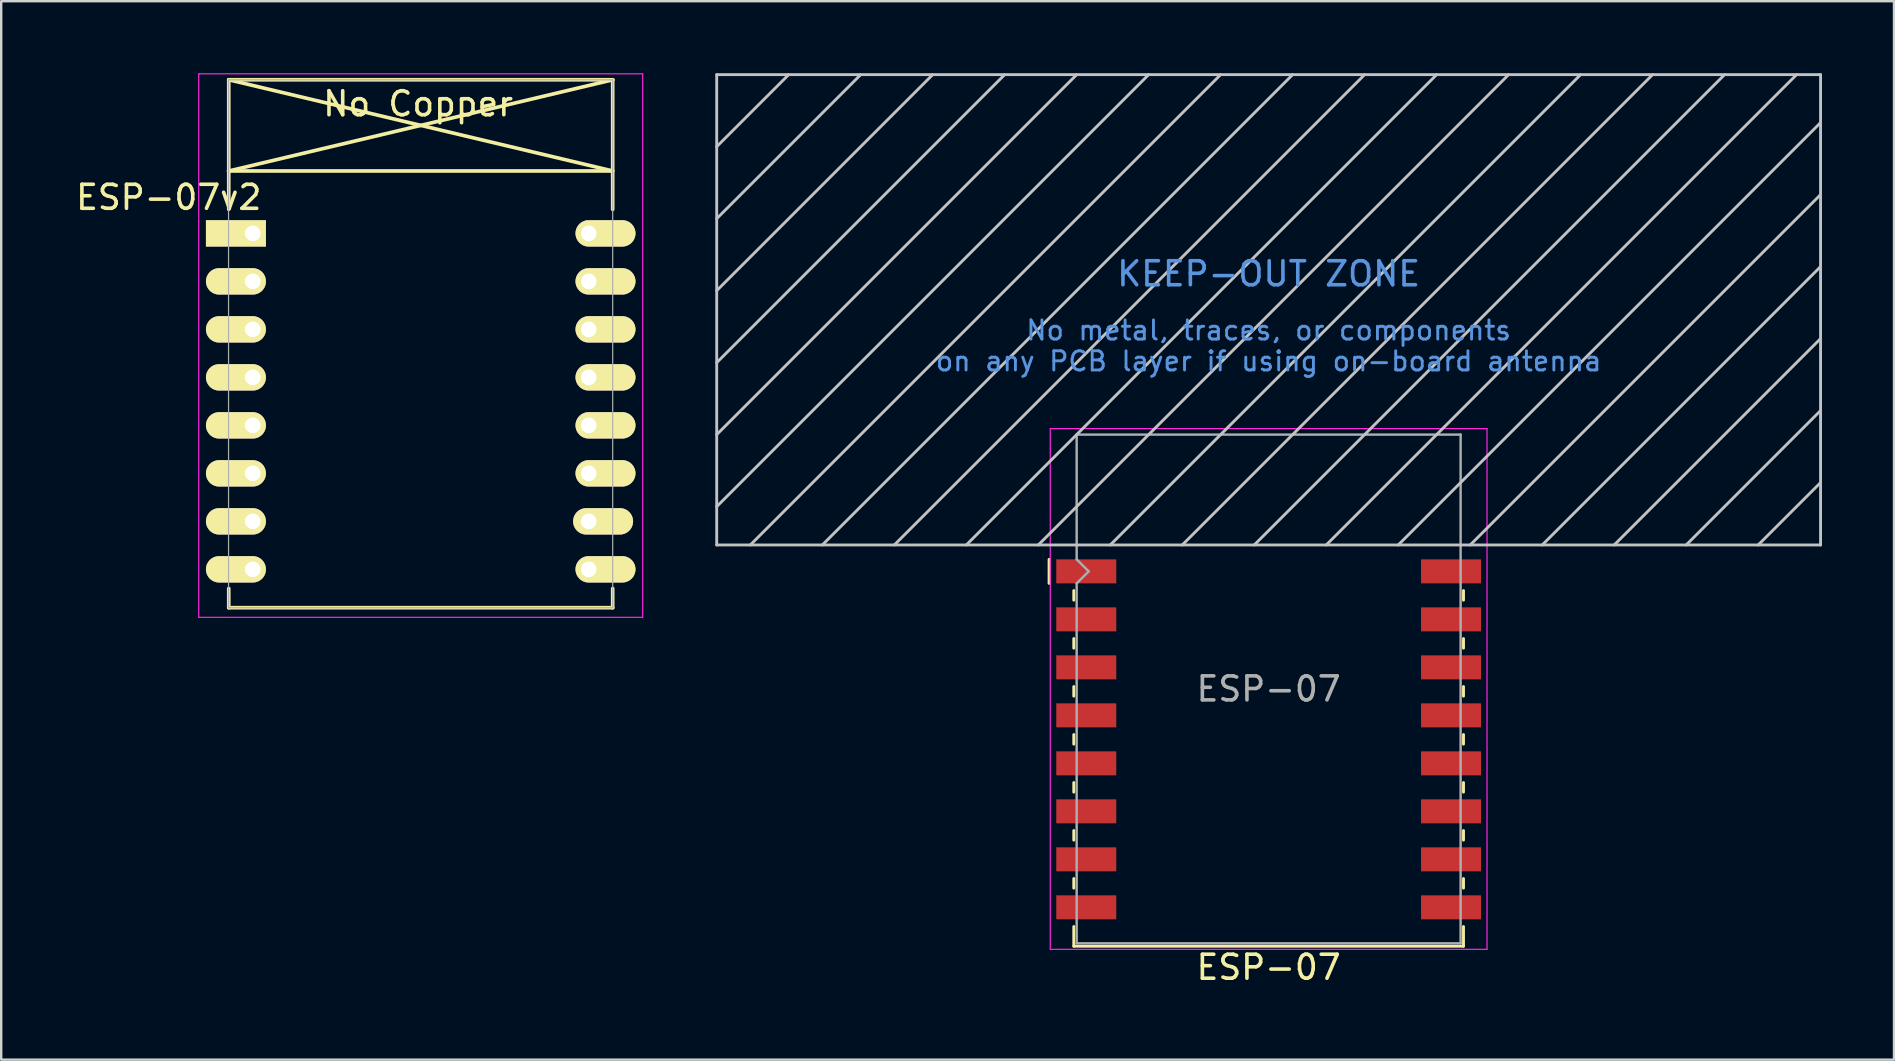
<source format=kicad_pcb>
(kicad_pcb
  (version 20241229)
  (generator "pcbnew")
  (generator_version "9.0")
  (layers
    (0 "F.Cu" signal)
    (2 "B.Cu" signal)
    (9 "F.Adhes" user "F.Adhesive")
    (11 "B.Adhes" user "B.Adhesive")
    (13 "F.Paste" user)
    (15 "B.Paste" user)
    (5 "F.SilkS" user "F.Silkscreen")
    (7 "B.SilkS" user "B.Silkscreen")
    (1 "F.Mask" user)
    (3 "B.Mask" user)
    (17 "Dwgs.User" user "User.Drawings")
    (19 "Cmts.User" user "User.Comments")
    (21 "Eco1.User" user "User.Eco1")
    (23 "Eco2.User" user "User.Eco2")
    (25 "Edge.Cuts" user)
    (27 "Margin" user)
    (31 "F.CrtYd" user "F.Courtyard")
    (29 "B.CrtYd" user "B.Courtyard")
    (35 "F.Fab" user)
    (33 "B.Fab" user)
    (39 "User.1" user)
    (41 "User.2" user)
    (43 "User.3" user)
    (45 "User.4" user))
  (footprint "ESP-07"
    (layer "F.Cu")
    (at 49.817 25.66)
    (property "Reference" "ESP-07" (at 0 11.6 0) (layer "F.SilkS") (effects (font (size 1 1) (thickness 0.15))))
    (attr smd)
    (fp_line (start -9.15 -5.4) (end -9.15 -4.4) (stroke (width 0.12) (type solid)) (layer "F.SilkS"))
    (fp_line (start -8.12 -3.7) (end -8.12 -4.1) (stroke (width 0.12) (type solid)) (layer "F.SilkS"))
    (fp_line (start -8.12 -1.7) (end -8.12 -2.1) (stroke (width 0.12) (type solid)) (layer "F.SilkS"))
    (fp_line (start -8.12 0.3) (end -8.12 -0.1) (stroke (width 0.12) (type solid)) (layer "F.SilkS"))
    (fp_line (start -8.12 2.3) (end -8.12 1.9) (stroke (width 0.12) (type solid)) (layer "F.SilkS"))
    (fp_line (start -8.12 4.3) (end -8.12 3.9) (stroke (width 0.12) (type solid)) (layer "F.SilkS"))
    (fp_line (start -8.12 6.3) (end -8.12 5.9) (stroke (width 0.12) (type solid)) (layer "F.SilkS"))
    (fp_line (start -8.12 8.3) (end -8.12 7.9) (stroke (width 0.12) (type solid)) (layer "F.SilkS"))
    (fp_line (start -8.12 10.72) (end -8.12 9.9) (stroke (width 0.12) (type solid)) (layer "F.SilkS"))
    (fp_line (start 8.12 -3.7) (end 8.12 -4.1) (stroke (width 0.12) (type solid)) (layer "F.SilkS"))
    (fp_line (start 8.12 -1.7) (end 8.12 -2.1) (stroke (width 0.12) (type solid)) (layer "F.SilkS"))
    (fp_line (start 8.12 0.3) (end 8.12 -0.1) (stroke (width 0.12) (type solid)) (layer "F.SilkS"))
    (fp_line (start 8.12 2.3) (end 8.12 1.9) (stroke (width 0.12) (type solid)) (layer "F.SilkS"))
    (fp_line (start 8.12 4.3) (end 8.12 3.9) (stroke (width 0.12) (type solid)) (layer "F.SilkS"))
    (fp_line (start 8.12 6.3) (end 8.12 5.9) (stroke (width 0.12) (type solid)) (layer "F.SilkS"))
    (fp_line (start 8.12 8.3) (end 8.12 7.9) (stroke (width 0.12) (type solid)) (layer "F.SilkS"))
    (fp_line (start 8.12 9.9) (end 8.12 10.72) (stroke (width 0.12) (type solid)) (layer "F.SilkS"))
    (fp_line (start 8.12 10.72) (end -8.12 10.72) (stroke (width 0.12) (type solid)) (layer "F.SilkS"))
    (fp_line (start -23 -25.6) (end -23 -6) (stroke (width 0.12) (type solid)) (layer "Dwgs.User"))
    (fp_line (start -23 -25.6) (end 23 -25.6) (stroke (width 0.12) (type solid)) (layer "Dwgs.User"))
    (fp_line (start -20 -25.6) (end -23 -22.6) (stroke (width 0.12) (type solid)) (layer "Dwgs.User"))
    (fp_line (start -17 -25.6) (end -23 -19.6) (stroke (width 0.12) (type solid)) (layer "Dwgs.User"))
    (fp_line (start -15.6 -6) (end 4 -25.6) (stroke (width 0.12) (type solid)) (layer "Dwgs.User"))
    (fp_line (start -14 -25.6) (end -23 -16.6) (stroke (width 0.12) (type solid)) (layer "Dwgs.User"))
    (fp_line (start -11 -25.6) (end -23 -13.6) (stroke (width 0.12) (type solid)) (layer "Dwgs.User"))
    (fp_line (start -8 -25.6) (end -23 -10.6) (stroke (width 0.12) (type solid)) (layer "Dwgs.User"))
    (fp_line (start -6.6 -6) (end 13 -25.6) (stroke (width 0.12) (type solid)) (layer "Dwgs.User"))
    (fp_line (start -5 -25.6) (end -23 -7.6) (stroke (width 0.12) (type solid)) (layer "Dwgs.User"))
    (fp_line (start -2 -25.6) (end -21.6 -6) (stroke (width 0.12) (type solid)) (layer "Dwgs.User"))
    (fp_line (start 1 -25.6) (end -18.6 -6) (stroke (width 0.12) (type solid)) (layer "Dwgs.User"))
    (fp_line (start 2.4 -6) (end 22 -25.6) (stroke (width 0.12) (type solid)) (layer "Dwgs.User"))
    (fp_line (start 5.4 -6) (end 23 -23.6) (stroke (width 0.12) (type solid)) (layer "Dwgs.User"))
    (fp_line (start 7 -25.6) (end -12.6 -6) (stroke (width 0.12) (type solid)) (layer "Dwgs.User"))
    (fp_line (start 10 -25.6) (end -9.6 -6) (stroke (width 0.12) (type solid)) (layer "Dwgs.User"))
    (fp_line (start 16 -25.6) (end -3.6 -6) (stroke (width 0.12) (type solid)) (layer "Dwgs.User"))
    (fp_line (start 19 -25.6) (end -0.6 -6) (stroke (width 0.12) (type solid)) (layer "Dwgs.User"))
    (fp_line (start 23 -20.6) (end 8.4 -6) (stroke (width 0.12) (type solid)) (layer "Dwgs.User"))
    (fp_line (start 23 -17.6) (end 11.4 -6) (stroke (width 0.12) (type solid)) (layer "Dwgs.User"))
    (fp_line (start 23 -14.6) (end 14.4 -6) (stroke (width 0.12) (type solid)) (layer "Dwgs.User"))
    (fp_line (start 23 -11.6) (end 17.4 -6) (stroke (width 0.12) (type solid)) (layer "Dwgs.User"))
    (fp_line (start 23 -8.6) (end 20.4 -6) (stroke (width 0.12) (type solid)) (layer "Dwgs.User"))
    (fp_line (start 23 -6) (end -23 -6) (stroke (width 0.12) (type solid)) (layer "Dwgs.User"))
    (fp_line (start 23 -6) (end 23 -25.6) (stroke (width 0.12) (type solid)) (layer "Dwgs.User"))
    (fp_line (start -9.1 -10.85) (end 9.1 -10.85) (stroke (width 0.05) (type solid)) (layer "F.CrtYd"))
    (fp_line (start -9.1 10.85) (end -9.1 -10.85) (stroke (width 0.05) (type solid)) (layer "F.CrtYd"))
    (fp_line (start 9.1 -10.85) (end 9.1 10.85) (stroke (width 0.05) (type solid)) (layer "F.CrtYd"))
    (fp_line (start 9.1 10.85) (end -9.1 10.85) (stroke (width 0.05) (type solid)) (layer "F.CrtYd"))
    (fp_line (start -8 -10.6) (end 8 -10.6) (stroke (width 0.1) (type solid)) (layer "F.Fab"))
    (fp_line (start -8 -5.4) (end -8 -10.6) (stroke (width 0.1) (type solid)) (layer "F.Fab"))
    (fp_line (start -8 -4.4) (end -7.5 -4.9) (stroke (width 0.1) (type solid)) (layer "F.Fab"))
    (fp_line (start -8 10.6) (end -8 -4.4) (stroke (width 0.1) (type solid)) (layer "F.Fab"))
    (fp_line (start -7.5 -4.9) (end -8 -5.4) (stroke (width 0.1) (type solid)) (layer "F.Fab"))
    (fp_line (start 8 -10.6) (end 8 10.6) (stroke (width 0.1) (type solid)) (layer "F.Fab"))
    (fp_line (start 8 10.6) (end -8 10.6) (stroke (width 0.1) (type solid)) (layer "F.Fab"))
    (fp_text user "KEEP-OUT ZONE" (at 0 -17.3 180) (layer "Cmts.User") (effects (font (size 1 1) (thickness 0.15))))
    (fp_text user "No metal, traces, or components\non any PCB layer if using on-board antenna" (at 0 -14.3 180) (layer "Cmts.User") (effects (font (size 0.8 0.8) (thickness 0.12))))
    (fp_text user "${REFERENCE}" (at 0 0 0) (layer "F.Fab") (effects (font (size 1 1) (thickness 0.15))))
    (pad "1" smd rect (at -7.6 -4.9) (size 2.5 1) (layers "F.Cu" "F.Mask" "F.Paste"))
    (pad "2" smd rect (at -7.6 -2.9) (size 2.5 1) (layers "F.Cu" "F.Mask" "F.Paste"))
    (pad "3" smd rect (at -7.6 -0.9) (size 2.5 1) (layers "F.Cu" "F.Mask" "F.Paste"))
    (pad "4" smd rect (at -7.6 1.1) (size 2.5 1) (layers "F.Cu" "F.Mask" "F.Paste"))
    (pad "5" smd rect (at -7.6 3.1) (size 2.5 1) (layers "F.Cu" "F.Mask" "F.Paste"))
    (pad "6" smd rect (at -7.6 5.1) (size 2.5 1) (layers "F.Cu" "F.Mask" "F.Paste"))
    (pad "7" smd rect (at -7.6 7.1) (size 2.5 1) (layers "F.Cu" "F.Mask" "F.Paste"))
    (pad "8" smd rect (at -7.6 9.1) (size 2.5 1) (layers "F.Cu" "F.Mask" "F.Paste"))
    (pad "9" smd rect (at 7.6 9.1) (size 2.5 1) (layers "F.Cu" "F.Mask" "F.Paste"))
    (pad "10" smd rect (at 7.6 7.1) (size 2.5 1) (layers "F.Cu" "F.Mask" "F.Paste"))
    (pad "11" smd rect (at 7.6 5.1) (size 2.5 1) (layers "F.Cu" "F.Mask" "F.Paste"))
    (pad "12" smd rect (at 7.6 3.1) (size 2.5 1) (layers "F.Cu" "F.Mask" "F.Paste"))
    (pad "13" smd rect (at 7.6 1.1) (size 2.5 1) (layers "F.Cu" "F.Mask" "F.Paste"))
    (pad "14" smd rect (at 7.6 -0.9) (size 2.5 1) (layers "F.Cu" "F.Mask" "F.Paste"))
    (pad "15" smd rect (at 7.6 -2.9) (size 2.5 1) (layers "F.Cu" "F.Mask" "F.Paste"))
    (pad "16" smd rect (at 7.6 -4.9) (size 2.5 1) (layers "F.Cu" "F.Mask" "F.Paste")))
  (footprint "ESP-07v2"
    (layer "F.Cu")
    (at 7.482 6.675)
    (property "Reference" "ESP-07v2" (at -3.5 -1.5 0) (layer "F.SilkS") (effects (font (size 1 1) (thickness 0.15))))
    (attr through_hole)
    (fp_line (start -1.008 -2.6) (end 14.992 -2.6) (stroke (width 0.152) (type solid)) (layer "F.SilkS"))
    (fp_line (start -1 -6.4) (end -1 -1) (stroke (width 0.152) (type solid)) (layer "F.SilkS"))
    (fp_line (start -1 -6.4) (end 15 -6.4) (stroke (width 0.152) (type solid)) (layer "F.SilkS"))
    (fp_line (start -1 -6.4) (end 15 -2.6) (stroke (width 0.152) (type solid)) (layer "F.SilkS"))
    (fp_line (start -1 14.8) (end -1 15.6) (stroke (width 0.152) (type solid)) (layer "F.SilkS"))
    (fp_line (start -1 15.6) (end 15 15.6) (stroke (width 0.152) (type solid)) (layer "F.SilkS"))
    (fp_line (start 15 -6.4) (end -1 -2.6) (stroke (width 0.152) (type solid)) (layer "F.SilkS"))
    (fp_line (start 15 -6.4) (end 15 -1) (stroke (width 0.152) (type solid)) (layer "F.SilkS"))
    (fp_line (start 15 15.6) (end 15 14.8) (stroke (width 0.152) (type solid)) (layer "F.SilkS"))
    (fp_line (start -2.25 -6.65) (end 16.25 -6.65) (stroke (width 0.05) (type solid)) (layer "F.CrtYd"))
    (fp_line (start -2.25 -0.5) (end -2.25 -6.65) (stroke (width 0.05) (type solid)) (layer "F.CrtYd"))
    (fp_line (start -2.25 16) (end -2.25 -0.5) (stroke (width 0.05) (type solid)) (layer "F.CrtYd"))
    (fp_line (start 16.25 -6.65) (end 16.25 16) (stroke (width 0.05) (type solid)) (layer "F.CrtYd"))
    (fp_line (start 16.25 16) (end -2.25 16) (stroke (width 0.05) (type solid)) (layer "F.CrtYd"))
    (fp_line (start -1.008 15.6) (end -1.008 -6.4) (stroke (width 0.05) (type solid)) (layer "F.Fab"))
    (fp_line (start -1 -6.4) (end 15 -6.4) (stroke (width 0.05) (type solid)) (layer "F.Fab"))
    (fp_line (start 15 -6.4) (end 15 15.6) (stroke (width 0.05) (type solid)) (layer "F.Fab"))
    (fp_line (start 15 15.6) (end -1 15.6) (stroke (width 0.05) (type solid)) (layer "F.Fab"))
    (fp_text user "No Copper" (at 6.892 -5.4 0) (layer "F.SilkS") (effects (font (size 1 1) (thickness 0.15))))
    (pad "1" thru_hole rect (at 0 0) (size 2.5 1.1) (drill 0.65 (offset -0.7 0)) (layers "*.Cu" "*.Mask" "F.SilkS" "F.Paste"))
    (pad "2" thru_hole oval (at 0 2) (size 2.5 1.1) (drill 0.65 (offset -0.7 0)) (layers "*.Cu" "*.Mask" "F.SilkS" "F.Paste"))
    (pad "3" thru_hole oval (at 0 4) (size 2.5 1.1) (drill 0.65 (offset -0.7 0)) (layers "*.Cu" "*.Mask" "F.SilkS" "F.Paste"))
    (pad "4" thru_hole oval (at 0 6) (size 2.5 1.1) (drill 0.65 (offset -0.7 0)) (layers "*.Cu" "*.Mask" "F.SilkS" "F.Paste"))
    (pad "5" thru_hole oval (at 0 8) (size 2.5 1.1) (drill 0.65 (offset -0.7 0)) (layers "*.Cu" "*.Mask" "F.SilkS" "F.Paste"))
    (pad "6" thru_hole oval (at 0 10) (size 2.5 1.1) (drill 0.65 (offset -0.7 0)) (layers "*.Cu" "*.Mask" "F.SilkS" "F.Paste"))
    (pad "7" thru_hole oval (at 0 12) (size 2.5 1.1) (drill 0.65 (offset -0.7 0)) (layers "*.Cu" "*.Mask" "F.SilkS" "F.Paste"))
    (pad "8" thru_hole oval (at 0 14) (size 2.5 1.1) (drill 0.65 (offset -0.7 0)) (layers "*.Cu" "*.Mask" "F.SilkS" "F.Paste"))
    (pad "9" thru_hole oval (at 14 14) (size 2.5 1.1) (drill 0.65 (offset 0.7 0)) (layers "*.Cu" "*.Mask" "F.SilkS" "F.Paste"))
    (pad "10" thru_hole oval (at 14 12) (size 2.5 1.1) (drill 0.65 (offset 0.6 0)) (layers "*.Cu" "*.Mask" "F.SilkS" "F.Paste"))
    (pad "11" thru_hole oval (at 14 10) (size 2.5 1.1) (drill 0.65 (offset 0.7 0)) (layers "*.Cu" "*.Mask" "F.SilkS" "F.Paste"))
    (pad "12" thru_hole oval (at 14 8) (size 2.5 1.1) (drill 0.65 (offset 0.7 0)) (layers "*.Cu" "*.Mask" "F.SilkS" "F.Paste"))
    (pad "13" thru_hole oval (at 14 6) (size 2.5 1.1) (drill 0.65 (offset 0.7 0)) (layers "*.Cu" "*.Mask" "F.SilkS" "F.Paste"))
    (pad "14" thru_hole oval (at 14 4) (size 2.5 1.1) (drill 0.65 (offset 0.7 0)) (layers "*.Cu" "*.Mask" "F.SilkS" "F.Paste"))
    (pad "15" thru_hole oval (at 14 2) (size 2.5 1.1) (drill 0.65 (offset 0.7 0)) (layers "*.Cu" "*.Mask" "F.SilkS" "F.Paste"))
    (pad "16" thru_hole oval (at 14 0) (size 2.5 1.1) (drill 0.65 (offset 0.7 0)) (layers "*.Cu" "*.Mask" "F.SilkS" "F.Paste")))
  (gr_rect
    (start -3 -3)
    (end 75.877 41.108)
    (stroke (width 0.1) (type default))
    (fill no)
    (layer "Edge.Cuts")))
</source>
